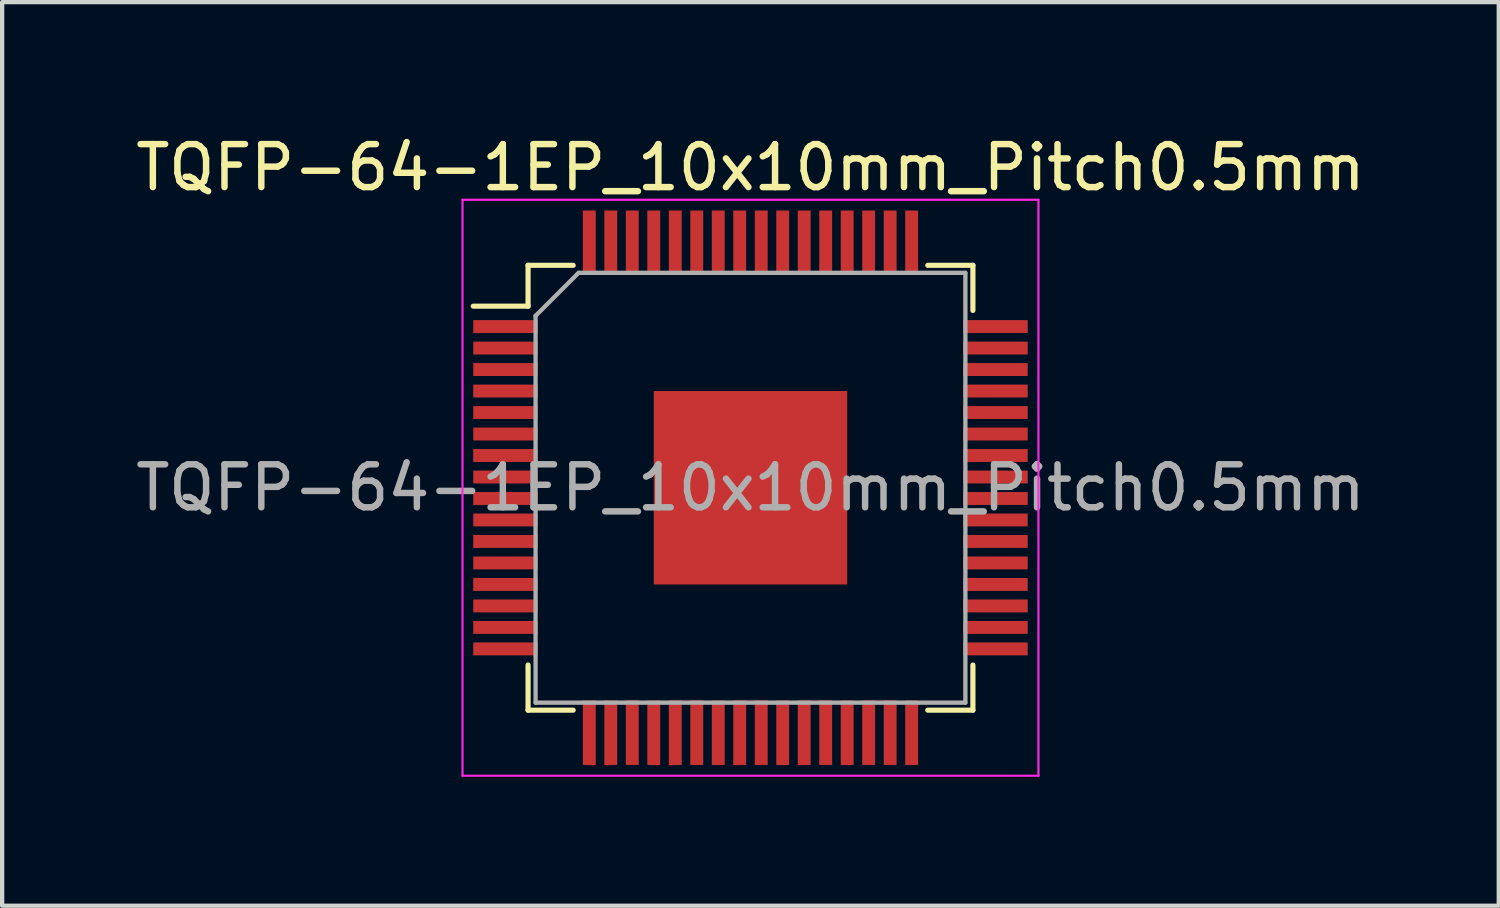
<source format=kicad_pcb>
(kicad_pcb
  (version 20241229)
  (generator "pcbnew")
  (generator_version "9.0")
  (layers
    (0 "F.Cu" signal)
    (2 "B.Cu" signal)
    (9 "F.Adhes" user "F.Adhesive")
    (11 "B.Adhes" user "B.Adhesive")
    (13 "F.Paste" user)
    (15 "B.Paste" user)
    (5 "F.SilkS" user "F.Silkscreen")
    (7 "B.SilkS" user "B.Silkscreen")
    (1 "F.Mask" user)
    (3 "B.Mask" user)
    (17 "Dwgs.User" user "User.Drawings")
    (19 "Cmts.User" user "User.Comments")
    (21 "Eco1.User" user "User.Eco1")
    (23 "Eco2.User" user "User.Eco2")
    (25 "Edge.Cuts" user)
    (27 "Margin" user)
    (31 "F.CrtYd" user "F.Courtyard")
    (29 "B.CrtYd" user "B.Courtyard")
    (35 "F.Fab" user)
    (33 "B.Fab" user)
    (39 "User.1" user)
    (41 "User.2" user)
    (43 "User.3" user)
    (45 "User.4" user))
  (footprint "TQFP-64-1EP_10x10mm_Pitch0.5mm"
    (layer "F.Cu")
    (at 14.411 8.298)
    (property "Reference" "TQFP-64-1EP_10x10mm_Pitch0.5mm" (at 0 -7.45 0) (layer "F.SilkS") (effects (font (size 1 1) (thickness 0.15))))
    (attr smd)
    (fp_line (start -5.175 -5.175) (end -5.175 -4.225) (stroke (width 0.12) (type solid)) (layer "F.SilkS"))
    (fp_line (start -5.175 -5.175) (end -4.125 -5.175) (stroke (width 0.12) (type solid)) (layer "F.SilkS"))
    (fp_line (start -5.175 -4.225) (end -6.45 -4.225) (stroke (width 0.12) (type solid)) (layer "F.SilkS"))
    (fp_line (start -5.175 5.175) (end -5.175 4.125) (stroke (width 0.12) (type solid)) (layer "F.SilkS"))
    (fp_line (start -5.175 5.175) (end -4.125 5.175) (stroke (width 0.12) (type solid)) (layer "F.SilkS"))
    (fp_line (start 5.175 -5.175) (end 4.125 -5.175) (stroke (width 0.12) (type solid)) (layer "F.SilkS"))
    (fp_line (start 5.175 -5.175) (end 5.175 -4.125) (stroke (width 0.12) (type solid)) (layer "F.SilkS"))
    (fp_line (start 5.175 5.175) (end 4.125 5.175) (stroke (width 0.12) (type solid)) (layer "F.SilkS"))
    (fp_line (start 5.175 5.175) (end 5.175 4.125) (stroke (width 0.12) (type solid)) (layer "F.SilkS"))
    (fp_line (start -6.7 -6.7) (end -6.7 6.7) (stroke (width 0.05) (type solid)) (layer "F.CrtYd"))
    (fp_line (start -6.7 -6.7) (end 6.7 -6.7) (stroke (width 0.05) (type solid)) (layer "F.CrtYd"))
    (fp_line (start -6.7 6.7) (end 6.7 6.7) (stroke (width 0.05) (type solid)) (layer "F.CrtYd"))
    (fp_line (start 6.7 -6.7) (end 6.7 6.7) (stroke (width 0.05) (type solid)) (layer "F.CrtYd"))
    (fp_line (start -5 -4) (end -4 -5) (stroke (width 0.1) (type solid)) (layer "F.Fab"))
    (fp_line (start -5 5) (end -5 -4) (stroke (width 0.1) (type solid)) (layer "F.Fab"))
    (fp_line (start -4 -5) (end 5 -5) (stroke (width 0.1) (type solid)) (layer "F.Fab"))
    (fp_line (start 5 -5) (end 5 5) (stroke (width 0.1) (type solid)) (layer "F.Fab"))
    (fp_line (start 5 5) (end -5 5) (stroke (width 0.1) (type solid)) (layer "F.Fab"))
    (fp_text user "${REFERENCE}" (at 0 0 0) (layer "F.Fab") (effects (font (size 1 1) (thickness 0.15))))
    (pad "1" smd rect (at -5.7 -3.75) (size 1.5 0.3) (layers "F.Cu" "F.Mask" "F.Paste"))
    (pad "2" smd rect (at -5.7 -3.25) (size 1.5 0.3) (layers "F.Cu" "F.Mask" "F.Paste"))
    (pad "3" smd rect (at -5.7 -2.75) (size 1.5 0.3) (layers "F.Cu" "F.Mask" "F.Paste"))
    (pad "4" smd rect (at -5.7 -2.25) (size 1.5 0.3) (layers "F.Cu" "F.Mask" "F.Paste"))
    (pad "5" smd rect (at -5.7 -1.75) (size 1.5 0.3) (layers "F.Cu" "F.Mask" "F.Paste"))
    (pad "6" smd rect (at -5.7 -1.25) (size 1.5 0.3) (layers "F.Cu" "F.Mask" "F.Paste"))
    (pad "7" smd rect (at -5.7 -0.75) (size 1.5 0.3) (layers "F.Cu" "F.Mask" "F.Paste"))
    (pad "8" smd rect (at -5.7 -0.25) (size 1.5 0.3) (layers "F.Cu" "F.Mask" "F.Paste"))
    (pad "9" smd rect (at -5.7 0.25) (size 1.5 0.3) (layers "F.Cu" "F.Mask" "F.Paste"))
    (pad "10" smd rect (at -5.7 0.75) (size 1.5 0.3) (layers "F.Cu" "F.Mask" "F.Paste"))
    (pad "11" smd rect (at -5.7 1.25) (size 1.5 0.3) (layers "F.Cu" "F.Mask" "F.Paste"))
    (pad "12" smd rect (at -5.7 1.75) (size 1.5 0.3) (layers "F.Cu" "F.Mask" "F.Paste"))
    (pad "13" smd rect (at -5.7 2.25) (size 1.5 0.3) (layers "F.Cu" "F.Mask" "F.Paste"))
    (pad "14" smd rect (at -5.7 2.75) (size 1.5 0.3) (layers "F.Cu" "F.Mask" "F.Paste"))
    (pad "15" smd rect (at -5.7 3.25) (size 1.5 0.3) (layers "F.Cu" "F.Mask" "F.Paste"))
    (pad "16" smd rect (at -5.7 3.75) (size 1.5 0.3) (layers "F.Cu" "F.Mask" "F.Paste"))
    (pad "17" smd rect (at -3.75 5.7 90) (size 1.5 0.3) (layers "F.Cu" "F.Mask" "F.Paste"))
    (pad "18" smd rect (at -3.25 5.7 90) (size 1.5 0.3) (layers "F.Cu" "F.Mask" "F.Paste"))
    (pad "19" smd rect (at -2.75 5.7 90) (size 1.5 0.3) (layers "F.Cu" "F.Mask" "F.Paste"))
    (pad "20" smd rect (at -2.25 5.7 90) (size 1.5 0.3) (layers "F.Cu" "F.Mask" "F.Paste"))
    (pad "21" smd rect (at -1.75 5.7 90) (size 1.5 0.3) (layers "F.Cu" "F.Mask" "F.Paste"))
    (pad "22" smd rect (at -1.25 5.7 90) (size 1.5 0.3) (layers "F.Cu" "F.Mask" "F.Paste"))
    (pad "23" smd rect (at -0.75 5.7 90) (size 1.5 0.3) (layers "F.Cu" "F.Mask" "F.Paste"))
    (pad "24" smd rect (at -0.25 5.7 90) (size 1.5 0.3) (layers "F.Cu" "F.Mask" "F.Paste"))
    (pad "25" smd rect (at 0.25 5.7 90) (size 1.5 0.3) (layers "F.Cu" "F.Mask" "F.Paste"))
    (pad "26" smd rect (at 0.75 5.7 90) (size 1.5 0.3) (layers "F.Cu" "F.Mask" "F.Paste"))
    (pad "27" smd rect (at 1.25 5.7 90) (size 1.5 0.3) (layers "F.Cu" "F.Mask" "F.Paste"))
    (pad "28" smd rect (at 1.75 5.7 90) (size 1.5 0.3) (layers "F.Cu" "F.Mask" "F.Paste"))
    (pad "29" smd rect (at 2.25 5.7 90) (size 1.5 0.3) (layers "F.Cu" "F.Mask" "F.Paste"))
    (pad "30" smd rect (at 2.75 5.7 90) (size 1.5 0.3) (layers "F.Cu" "F.Mask" "F.Paste"))
    (pad "31" smd rect (at 3.25 5.7 90) (size 1.5 0.3) (layers "F.Cu" "F.Mask" "F.Paste"))
    (pad "32" smd rect (at 3.75 5.7 90) (size 1.5 0.3) (layers "F.Cu" "F.Mask" "F.Paste"))
    (pad "33" smd rect (at 5.7 3.75) (size 1.5 0.3) (layers "F.Cu" "F.Mask" "F.Paste"))
    (pad "34" smd rect (at 5.7 3.25) (size 1.5 0.3) (layers "F.Cu" "F.Mask" "F.Paste"))
    (pad "35" smd rect (at 5.7 2.75) (size 1.5 0.3) (layers "F.Cu" "F.Mask" "F.Paste"))
    (pad "36" smd rect (at 5.7 2.25) (size 1.5 0.3) (layers "F.Cu" "F.Mask" "F.Paste"))
    (pad "37" smd rect (at 5.7 1.75) (size 1.5 0.3) (layers "F.Cu" "F.Mask" "F.Paste"))
    (pad "38" smd rect (at 5.7 1.25) (size 1.5 0.3) (layers "F.Cu" "F.Mask" "F.Paste"))
    (pad "39" smd rect (at 5.7 0.75) (size 1.5 0.3) (layers "F.Cu" "F.Mask" "F.Paste"))
    (pad "40" smd rect (at 5.7 0.25) (size 1.5 0.3) (layers "F.Cu" "F.Mask" "F.Paste"))
    (pad "41" smd rect (at 5.7 -0.25) (size 1.5 0.3) (layers "F.Cu" "F.Mask" "F.Paste"))
    (pad "42" smd rect (at 5.7 -0.75) (size 1.5 0.3) (layers "F.Cu" "F.Mask" "F.Paste"))
    (pad "43" smd rect (at 5.7 -1.25) (size 1.5 0.3) (layers "F.Cu" "F.Mask" "F.Paste"))
    (pad "44" smd rect (at 5.7 -1.75) (size 1.5 0.3) (layers "F.Cu" "F.Mask" "F.Paste"))
    (pad "45" smd rect (at 5.7 -2.25) (size 1.5 0.3) (layers "F.Cu" "F.Mask" "F.Paste"))
    (pad "46" smd rect (at 5.7 -2.75) (size 1.5 0.3) (layers "F.Cu" "F.Mask" "F.Paste"))
    (pad "47" smd rect (at 5.7 -3.25) (size 1.5 0.3) (layers "F.Cu" "F.Mask" "F.Paste"))
    (pad "48" smd rect (at 5.7 -3.75) (size 1.5 0.3) (layers "F.Cu" "F.Mask" "F.Paste"))
    (pad "49" smd rect (at 3.75 -5.7 90) (size 1.5 0.3) (layers "F.Cu" "F.Mask" "F.Paste"))
    (pad "50" smd rect (at 3.25 -5.7 90) (size 1.5 0.3) (layers "F.Cu" "F.Mask" "F.Paste"))
    (pad "51" smd rect (at 2.75 -5.7 90) (size 1.5 0.3) (layers "F.Cu" "F.Mask" "F.Paste"))
    (pad "52" smd rect (at 2.25 -5.7 90) (size 1.5 0.3) (layers "F.Cu" "F.Mask" "F.Paste"))
    (pad "53" smd rect (at 1.75 -5.7 90) (size 1.5 0.3) (layers "F.Cu" "F.Mask" "F.Paste"))
    (pad "54" smd rect (at 1.25 -5.7 90) (size 1.5 0.3) (layers "F.Cu" "F.Mask" "F.Paste"))
    (pad "55" smd rect (at 0.75 -5.7 90) (size 1.5 0.3) (layers "F.Cu" "F.Mask" "F.Paste"))
    (pad "56" smd rect (at 0.25 -5.7 90) (size 1.5 0.3) (layers "F.Cu" "F.Mask" "F.Paste"))
    (pad "57" smd rect (at -0.25 -5.7 90) (size 1.5 0.3) (layers "F.Cu" "F.Mask" "F.Paste"))
    (pad "58" smd rect (at -0.75 -5.7 90) (size 1.5 0.3) (layers "F.Cu" "F.Mask" "F.Paste"))
    (pad "59" smd rect (at -1.25 -5.7 90) (size 1.5 0.3) (layers "F.Cu" "F.Mask" "F.Paste"))
    (pad "60" smd rect (at -1.75 -5.7 90) (size 1.5 0.3) (layers "F.Cu" "F.Mask" "F.Paste"))
    (pad "61" smd rect (at -2.25 -5.7 90) (size 1.5 0.3) (layers "F.Cu" "F.Mask" "F.Paste"))
    (pad "62" smd rect (at -2.75 -5.7 90) (size 1.5 0.3) (layers "F.Cu" "F.Mask" "F.Paste"))
    (pad "63" smd rect (at -3.25 -5.7 90) (size 1.5 0.3) (layers "F.Cu" "F.Mask" "F.Paste"))
    (pad "64" smd rect (at -3.75 -5.7 90) (size 1.5 0.3) (layers "F.Cu" "F.Mask" "F.Paste"))
    (pad "65" smd rect (at 0 0) (size 4.5 4.5) (layers "F.Cu" "F.Mask" "F.Paste")))
  (gr_rect
    (start -3 -3)
    (end 31.821 18.023)
    (stroke (width 0.1) (type default))
    (fill no)
    (layer "Edge.Cuts")))
</source>
